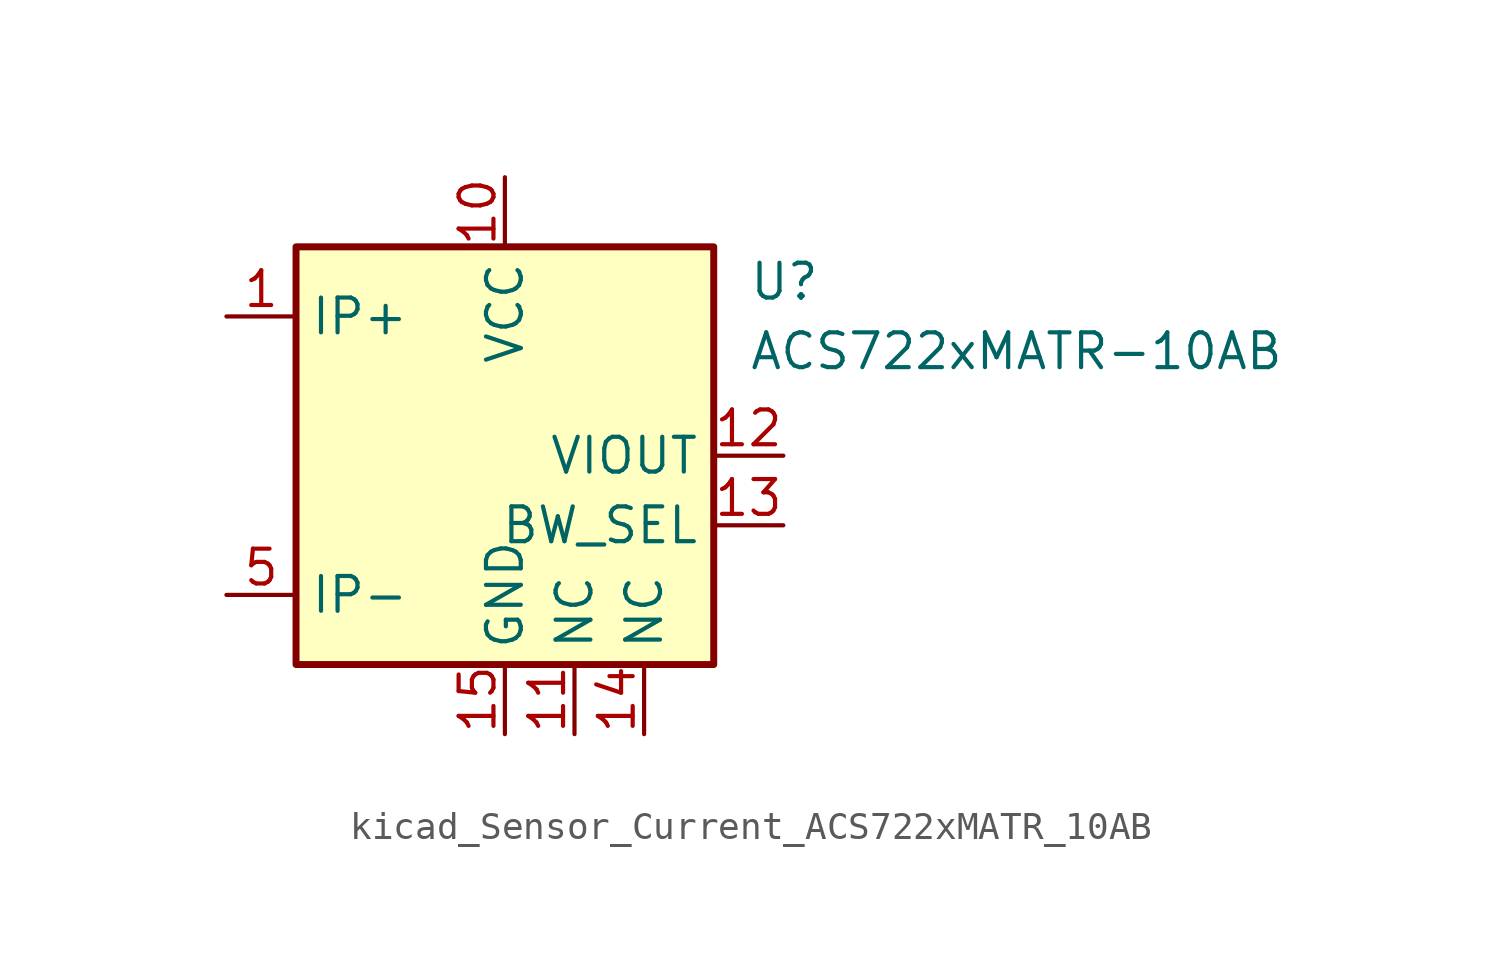
<source format=kicad_sym>
(kicad_symbol_lib
  (version 20220914)
  (generator kicad_symbol_editor)
  (symbol "kicad_Sensor_Current_ACS722xMATR_10AB"
    (property "Reference" "U"
      (at 8.89 6.35 0)
      (effects (font (size 1.27 1.27)) (justify left)))
    (property "Value" "ACS722xMATR-10AB"
      (at 8.89 3.81 0)
      (effects (font (size 1.27 1.27)) (justify left)))
    (symbol "kicad_Sensor_Current_ACS722xMATR_10AB_0_1"
      (rectangle (start -7.62 7.62) (end 7.62 -7.62) (stroke (width 0.254) (type default)) (fill (type background))))
    (symbol "kicad_Sensor_Current_ACS722xMATR_10AB_1_1"
      (pin passive line (at -10.16 5.08 0) (length 2.54) (name "IP+" (effects (font (size 1.27 1.27)))) (number "1" (effects (font (size 1.27 1.27)))))
      (pin power_in line (at 0 10.16 270) (length 2.54) (name "VCC" (effects (font (size 1.27 1.27)))) (number "10" (effects (font (size 1.27 1.27)))))
      (pin passive line (at 2.54 -10.16 90) (length 2.54) (name "NC" (effects (font (size 1.27 1.27)))) (number "11" (effects (font (size 1.27 1.27)))))
      (pin output line (at 10.16 0 180) (length 2.54) (name "VIOUT" (effects (font (size 1.27 1.27)))) (number "12" (effects (font (size 1.27 1.27)))))
      (pin input line (at 10.16 -2.54 180) (length 2.54) (name "BW_SEL" (effects (font (size 1.27 1.27)))) (number "13" (effects (font (size 1.27 1.27)))))
      (pin passive line (at 5.08 -10.16 90) (length 2.54) (name "NC" (effects (font (size 1.27 1.27)))) (number "14" (effects (font (size 1.27 1.27)))))
      (pin power_in line (at 0 -10.16 90) (length 2.54) (name "GND" (effects (font (size 1.27 1.27)))) (number "15" (effects (font (size 1.27 1.27)))))
      (pin no_connect line (at 7.62 2.54 180) (length 2.54) hide (name "NC" (effects (font (size 1.27 1.27)))) (number "16" (effects (font (size 1.27 1.27)))))
      (pin passive line (at -10.16 5.08 0) (length 2.54) hide (name "IP+" (effects (font (size 1.27 1.27)))) (number "2" (effects (font (size 1.27 1.27)))))
      (pin passive line (at -10.16 5.08 0) (length 2.54) hide (name "IP+" (effects (font (size 1.27 1.27)))) (number "3" (effects (font (size 1.27 1.27)))))
      (pin passive line (at -10.16 5.08 0) (length 2.54) hide (name "IP+" (effects (font (size 1.27 1.27)))) (number "4" (effects (font (size 1.27 1.27)))))
      (pin passive line (at -10.16 -5.08 0) (length 2.54) (name "IP-" (effects (font (size 1.27 1.27)))) (number "5" (effects (font (size 1.27 1.27)))))
      (pin passive line (at -10.16 -5.08 0) (length 2.54) hide (name "IP-" (effects (font (size 1.27 1.27)))) (number "6" (effects (font (size 1.27 1.27)))))
      (pin passive line (at -10.16 -5.08 0) (length 2.54) hide (name "IP-" (effects (font (size 1.27 1.27)))) (number "7" (effects (font (size 1.27 1.27)))))
      (pin passive line (at -10.16 -5.08 0) (length 2.54) hide (name "IP-" (effects (font (size 1.27 1.27)))) (number "8" (effects (font (size 1.27 1.27)))))
      (pin no_connect line (at 7.62 5.08 180) (length 2.54) hide (name "NC" (effects (font (size 1.27 1.27)))) (number "9" (effects (font (size 1.27 1.27))))))))
</source>
